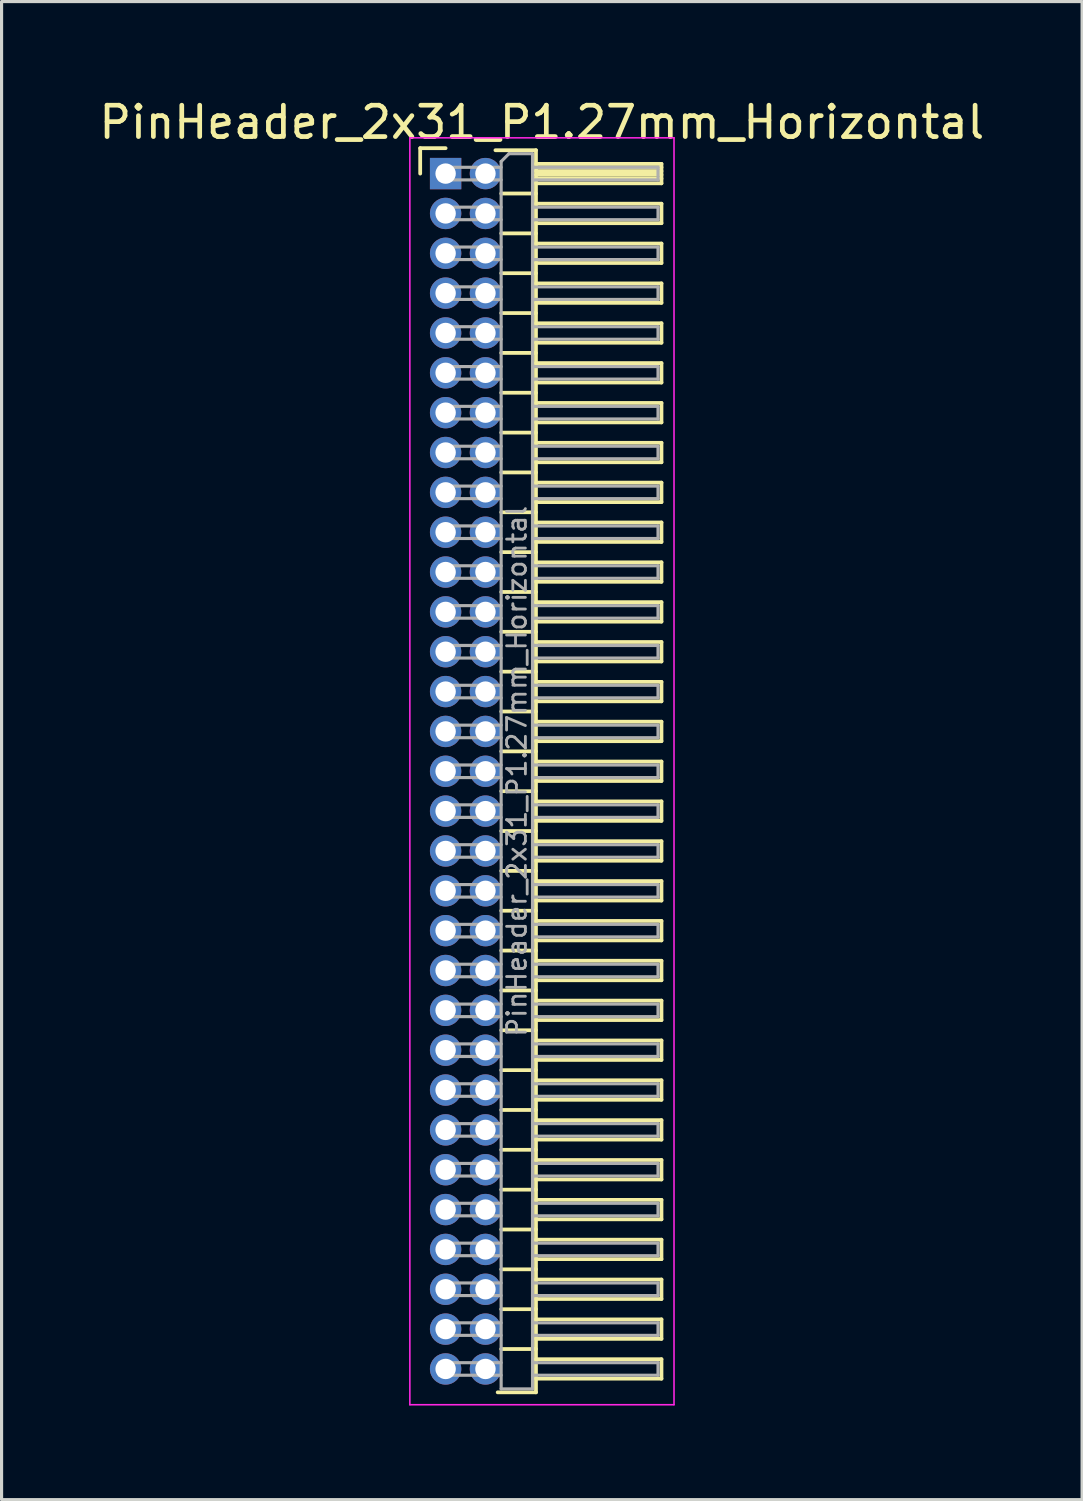
<source format=kicad_pcb>
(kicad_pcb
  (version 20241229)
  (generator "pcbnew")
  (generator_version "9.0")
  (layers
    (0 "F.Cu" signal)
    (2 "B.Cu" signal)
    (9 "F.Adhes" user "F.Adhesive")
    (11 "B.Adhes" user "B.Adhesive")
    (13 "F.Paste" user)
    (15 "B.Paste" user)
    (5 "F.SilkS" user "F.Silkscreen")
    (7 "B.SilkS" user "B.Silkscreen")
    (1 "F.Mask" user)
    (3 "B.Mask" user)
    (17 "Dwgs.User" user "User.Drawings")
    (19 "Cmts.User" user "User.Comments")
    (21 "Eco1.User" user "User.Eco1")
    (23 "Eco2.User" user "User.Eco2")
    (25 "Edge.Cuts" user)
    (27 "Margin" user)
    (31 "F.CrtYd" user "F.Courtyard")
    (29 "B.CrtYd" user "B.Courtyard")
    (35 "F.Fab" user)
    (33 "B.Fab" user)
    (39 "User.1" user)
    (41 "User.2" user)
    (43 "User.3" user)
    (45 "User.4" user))
  (footprint "PinHeader_2x31_P1.27mm_Horizontal"
    (layer "F.Cu")
    (at 11.153 2.483)
    (property "Reference" "PinHeader_2x31_P1.27mm_Horizontal" (at 3.067 -1.635 0) (layer "F.SilkS") (effects (font (size 1 1) (thickness 0.15))))
    (attr through_hole)
    (fp_line (start -0.81 -0.81) (end 0 -0.81) (stroke (width 0.12) (type solid)) (layer "F.SilkS"))
    (fp_line (start -0.81 0) (end -0.81 -0.81) (stroke (width 0.12) (type solid)) (layer "F.SilkS"))
    (fp_line (start 1.588 -0.745) (end 2.88 -0.745) (stroke (width 0.12) (type solid)) (layer "F.SilkS"))
    (fp_line (start 1.773 0.635) (end 2.88 0.635) (stroke (width 0.12) (type solid)) (layer "F.SilkS"))
    (fp_line (start 1.773 1.905) (end 2.88 1.905) (stroke (width 0.12) (type solid)) (layer "F.SilkS"))
    (fp_line (start 1.773 3.175) (end 2.88 3.175) (stroke (width 0.12) (type solid)) (layer "F.SilkS"))
    (fp_line (start 1.773 4.445) (end 2.88 4.445) (stroke (width 0.12) (type solid)) (layer "F.SilkS"))
    (fp_line (start 1.773 5.715) (end 2.88 5.715) (stroke (width 0.12) (type solid)) (layer "F.SilkS"))
    (fp_line (start 1.773 6.985) (end 2.88 6.985) (stroke (width 0.12) (type solid)) (layer "F.SilkS"))
    (fp_line (start 1.773 8.255) (end 2.88 8.255) (stroke (width 0.12) (type solid)) (layer "F.SilkS"))
    (fp_line (start 1.773 9.525) (end 2.88 9.525) (stroke (width 0.12) (type solid)) (layer "F.SilkS"))
    (fp_line (start 1.773 10.795) (end 2.88 10.795) (stroke (width 0.12) (type solid)) (layer "F.SilkS"))
    (fp_line (start 1.773 12.065) (end 2.88 12.065) (stroke (width 0.12) (type solid)) (layer "F.SilkS"))
    (fp_line (start 1.773 13.335) (end 2.88 13.335) (stroke (width 0.12) (type solid)) (layer "F.SilkS"))
    (fp_line (start 1.773 14.605) (end 2.88 14.605) (stroke (width 0.12) (type solid)) (layer "F.SilkS"))
    (fp_line (start 1.773 15.875) (end 2.88 15.875) (stroke (width 0.12) (type solid)) (layer "F.SilkS"))
    (fp_line (start 1.773 17.145) (end 2.88 17.145) (stroke (width 0.12) (type solid)) (layer "F.SilkS"))
    (fp_line (start 1.773 18.415) (end 2.88 18.415) (stroke (width 0.12) (type solid)) (layer "F.SilkS"))
    (fp_line (start 1.773 19.685) (end 2.88 19.685) (stroke (width 0.12) (type solid)) (layer "F.SilkS"))
    (fp_line (start 1.773 20.955) (end 2.88 20.955) (stroke (width 0.12) (type solid)) (layer "F.SilkS"))
    (fp_line (start 1.773 22.225) (end 2.88 22.225) (stroke (width 0.12) (type solid)) (layer "F.SilkS"))
    (fp_line (start 1.773 23.495) (end 2.88 23.495) (stroke (width 0.12) (type solid)) (layer "F.SilkS"))
    (fp_line (start 1.773 24.765) (end 2.88 24.765) (stroke (width 0.12) (type solid)) (layer "F.SilkS"))
    (fp_line (start 1.773 26.035) (end 2.88 26.035) (stroke (width 0.12) (type solid)) (layer "F.SilkS"))
    (fp_line (start 1.773 27.305) (end 2.88 27.305) (stroke (width 0.12) (type solid)) (layer "F.SilkS"))
    (fp_line (start 1.773 28.575) (end 2.88 28.575) (stroke (width 0.12) (type solid)) (layer "F.SilkS"))
    (fp_line (start 1.773 29.845) (end 2.88 29.845) (stroke (width 0.12) (type solid)) (layer "F.SilkS"))
    (fp_line (start 1.773 31.115) (end 2.88 31.115) (stroke (width 0.12) (type solid)) (layer "F.SilkS"))
    (fp_line (start 1.773 32.385) (end 2.88 32.385) (stroke (width 0.12) (type solid)) (layer "F.SilkS"))
    (fp_line (start 1.773 33.655) (end 2.88 33.655) (stroke (width 0.12) (type solid)) (layer "F.SilkS"))
    (fp_line (start 1.773 34.925) (end 2.88 34.925) (stroke (width 0.12) (type solid)) (layer "F.SilkS"))
    (fp_line (start 1.773 36.195) (end 2.88 36.195) (stroke (width 0.12) (type solid)) (layer "F.SilkS"))
    (fp_line (start 1.773 37.465) (end 2.88 37.465) (stroke (width 0.12) (type solid)) (layer "F.SilkS"))
    (fp_line (start 2.88 -0.745) (end 2.88 38.845) (stroke (width 0.12) (type solid)) (layer "F.SilkS"))
    (fp_line (start 2.88 -0.31) (end 6.88 -0.31) (stroke (width 0.12) (type solid)) (layer "F.SilkS"))
    (fp_line (start 2.88 -0.2) (end 6.88 -0.2) (stroke (width 0.12) (type solid)) (layer "F.SilkS"))
    (fp_line (start 2.88 -0.08) (end 6.88 -0.08) (stroke (width 0.12) (type solid)) (layer "F.SilkS"))
    (fp_line (start 2.88 0.04) (end 6.88 0.04) (stroke (width 0.12) (type solid)) (layer "F.SilkS"))
    (fp_line (start 2.88 0.16) (end 6.88 0.16) (stroke (width 0.12) (type solid)) (layer "F.SilkS"))
    (fp_line (start 2.88 0.96) (end 6.88 0.96) (stroke (width 0.12) (type solid)) (layer "F.SilkS"))
    (fp_line (start 2.88 2.23) (end 6.88 2.23) (stroke (width 0.12) (type solid)) (layer "F.SilkS"))
    (fp_line (start 2.88 3.5) (end 6.88 3.5) (stroke (width 0.12) (type solid)) (layer "F.SilkS"))
    (fp_line (start 2.88 4.77) (end 6.88 4.77) (stroke (width 0.12) (type solid)) (layer "F.SilkS"))
    (fp_line (start 2.88 6.04) (end 6.88 6.04) (stroke (width 0.12) (type solid)) (layer "F.SilkS"))
    (fp_line (start 2.88 7.31) (end 6.88 7.31) (stroke (width 0.12) (type solid)) (layer "F.SilkS"))
    (fp_line (start 2.88 8.58) (end 6.88 8.58) (stroke (width 0.12) (type solid)) (layer "F.SilkS"))
    (fp_line (start 2.88 9.85) (end 6.88 9.85) (stroke (width 0.12) (type solid)) (layer "F.SilkS"))
    (fp_line (start 2.88 11.12) (end 6.88 11.12) (stroke (width 0.12) (type solid)) (layer "F.SilkS"))
    (fp_line (start 2.88 12.39) (end 6.88 12.39) (stroke (width 0.12) (type solid)) (layer "F.SilkS"))
    (fp_line (start 2.88 13.66) (end 6.88 13.66) (stroke (width 0.12) (type solid)) (layer "F.SilkS"))
    (fp_line (start 2.88 14.93) (end 6.88 14.93) (stroke (width 0.12) (type solid)) (layer "F.SilkS"))
    (fp_line (start 2.88 16.2) (end 6.88 16.2) (stroke (width 0.12) (type solid)) (layer "F.SilkS"))
    (fp_line (start 2.88 17.47) (end 6.88 17.47) (stroke (width 0.12) (type solid)) (layer "F.SilkS"))
    (fp_line (start 2.88 18.74) (end 6.88 18.74) (stroke (width 0.12) (type solid)) (layer "F.SilkS"))
    (fp_line (start 2.88 20.01) (end 6.88 20.01) (stroke (width 0.12) (type solid)) (layer "F.SilkS"))
    (fp_line (start 2.88 21.28) (end 6.88 21.28) (stroke (width 0.12) (type solid)) (layer "F.SilkS"))
    (fp_line (start 2.88 22.55) (end 6.88 22.55) (stroke (width 0.12) (type solid)) (layer "F.SilkS"))
    (fp_line (start 2.88 23.82) (end 6.88 23.82) (stroke (width 0.12) (type solid)) (layer "F.SilkS"))
    (fp_line (start 2.88 25.09) (end 6.88 25.09) (stroke (width 0.12) (type solid)) (layer "F.SilkS"))
    (fp_line (start 2.88 26.36) (end 6.88 26.36) (stroke (width 0.12) (type solid)) (layer "F.SilkS"))
    (fp_line (start 2.88 27.63) (end 6.88 27.63) (stroke (width 0.12) (type solid)) (layer "F.SilkS"))
    (fp_line (start 2.88 28.9) (end 6.88 28.9) (stroke (width 0.12) (type solid)) (layer "F.SilkS"))
    (fp_line (start 2.88 30.17) (end 6.88 30.17) (stroke (width 0.12) (type solid)) (layer "F.SilkS"))
    (fp_line (start 2.88 31.44) (end 6.88 31.44) (stroke (width 0.12) (type solid)) (layer "F.SilkS"))
    (fp_line (start 2.88 32.71) (end 6.88 32.71) (stroke (width 0.12) (type solid)) (layer "F.SilkS"))
    (fp_line (start 2.88 33.98) (end 6.88 33.98) (stroke (width 0.12) (type solid)) (layer "F.SilkS"))
    (fp_line (start 2.88 35.25) (end 6.88 35.25) (stroke (width 0.12) (type solid)) (layer "F.SilkS"))
    (fp_line (start 2.88 36.52) (end 6.88 36.52) (stroke (width 0.12) (type solid)) (layer "F.SilkS"))
    (fp_line (start 2.88 37.79) (end 6.88 37.79) (stroke (width 0.12) (type solid)) (layer "F.SilkS"))
    (fp_line (start 2.88 38.845) (end 1.66 38.845) (stroke (width 0.12) (type solid)) (layer "F.SilkS"))
    (fp_line (start 6.88 -0.31) (end 6.88 0.31) (stroke (width 0.12) (type solid)) (layer "F.SilkS"))
    (fp_line (start 6.88 0.31) (end 2.88 0.31) (stroke (width 0.12) (type solid)) (layer "F.SilkS"))
    (fp_line (start 6.88 0.96) (end 6.88 1.58) (stroke (width 0.12) (type solid)) (layer "F.SilkS"))
    (fp_line (start 6.88 1.58) (end 2.88 1.58) (stroke (width 0.12) (type solid)) (layer "F.SilkS"))
    (fp_line (start 6.88 2.23) (end 6.88 2.85) (stroke (width 0.12) (type solid)) (layer "F.SilkS"))
    (fp_line (start 6.88 2.85) (end 2.88 2.85) (stroke (width 0.12) (type solid)) (layer "F.SilkS"))
    (fp_line (start 6.88 3.5) (end 6.88 4.12) (stroke (width 0.12) (type solid)) (layer "F.SilkS"))
    (fp_line (start 6.88 4.12) (end 2.88 4.12) (stroke (width 0.12) (type solid)) (layer "F.SilkS"))
    (fp_line (start 6.88 4.77) (end 6.88 5.39) (stroke (width 0.12) (type solid)) (layer "F.SilkS"))
    (fp_line (start 6.88 5.39) (end 2.88 5.39) (stroke (width 0.12) (type solid)) (layer "F.SilkS"))
    (fp_line (start 6.88 6.04) (end 6.88 6.66) (stroke (width 0.12) (type solid)) (layer "F.SilkS"))
    (fp_line (start 6.88 6.66) (end 2.88 6.66) (stroke (width 0.12) (type solid)) (layer "F.SilkS"))
    (fp_line (start 6.88 7.31) (end 6.88 7.93) (stroke (width 0.12) (type solid)) (layer "F.SilkS"))
    (fp_line (start 6.88 7.93) (end 2.88 7.93) (stroke (width 0.12) (type solid)) (layer "F.SilkS"))
    (fp_line (start 6.88 8.58) (end 6.88 9.2) (stroke (width 0.12) (type solid)) (layer "F.SilkS"))
    (fp_line (start 6.88 9.2) (end 2.88 9.2) (stroke (width 0.12) (type solid)) (layer "F.SilkS"))
    (fp_line (start 6.88 9.85) (end 6.88 10.47) (stroke (width 0.12) (type solid)) (layer "F.SilkS"))
    (fp_line (start 6.88 10.47) (end 2.88 10.47) (stroke (width 0.12) (type solid)) (layer "F.SilkS"))
    (fp_line (start 6.88 11.12) (end 6.88 11.74) (stroke (width 0.12) (type solid)) (layer "F.SilkS"))
    (fp_line (start 6.88 11.74) (end 2.88 11.74) (stroke (width 0.12) (type solid)) (layer "F.SilkS"))
    (fp_line (start 6.88 12.39) (end 6.88 13.01) (stroke (width 0.12) (type solid)) (layer "F.SilkS"))
    (fp_line (start 6.88 13.01) (end 2.88 13.01) (stroke (width 0.12) (type solid)) (layer "F.SilkS"))
    (fp_line (start 6.88 13.66) (end 6.88 14.28) (stroke (width 0.12) (type solid)) (layer "F.SilkS"))
    (fp_line (start 6.88 14.28) (end 2.88 14.28) (stroke (width 0.12) (type solid)) (layer "F.SilkS"))
    (fp_line (start 6.88 14.93) (end 6.88 15.55) (stroke (width 0.12) (type solid)) (layer "F.SilkS"))
    (fp_line (start 6.88 15.55) (end 2.88 15.55) (stroke (width 0.12) (type solid)) (layer "F.SilkS"))
    (fp_line (start 6.88 16.2) (end 6.88 16.82) (stroke (width 0.12) (type solid)) (layer "F.SilkS"))
    (fp_line (start 6.88 16.82) (end 2.88 16.82) (stroke (width 0.12) (type solid)) (layer "F.SilkS"))
    (fp_line (start 6.88 17.47) (end 6.88 18.09) (stroke (width 0.12) (type solid)) (layer "F.SilkS"))
    (fp_line (start 6.88 18.09) (end 2.88 18.09) (stroke (width 0.12) (type solid)) (layer "F.SilkS"))
    (fp_line (start 6.88 18.74) (end 6.88 19.36) (stroke (width 0.12) (type solid)) (layer "F.SilkS"))
    (fp_line (start 6.88 19.36) (end 2.88 19.36) (stroke (width 0.12) (type solid)) (layer "F.SilkS"))
    (fp_line (start 6.88 20.01) (end 6.88 20.63) (stroke (width 0.12) (type solid)) (layer "F.SilkS"))
    (fp_line (start 6.88 20.63) (end 2.88 20.63) (stroke (width 0.12) (type solid)) (layer "F.SilkS"))
    (fp_line (start 6.88 21.28) (end 6.88 21.9) (stroke (width 0.12) (type solid)) (layer "F.SilkS"))
    (fp_line (start 6.88 21.9) (end 2.88 21.9) (stroke (width 0.12) (type solid)) (layer "F.SilkS"))
    (fp_line (start 6.88 22.55) (end 6.88 23.17) (stroke (width 0.12) (type solid)) (layer "F.SilkS"))
    (fp_line (start 6.88 23.17) (end 2.88 23.17) (stroke (width 0.12) (type solid)) (layer "F.SilkS"))
    (fp_line (start 6.88 23.82) (end 6.88 24.44) (stroke (width 0.12) (type solid)) (layer "F.SilkS"))
    (fp_line (start 6.88 24.44) (end 2.88 24.44) (stroke (width 0.12) (type solid)) (layer "F.SilkS"))
    (fp_line (start 6.88 25.09) (end 6.88 25.71) (stroke (width 0.12) (type solid)) (layer "F.SilkS"))
    (fp_line (start 6.88 25.71) (end 2.88 25.71) (stroke (width 0.12) (type solid)) (layer "F.SilkS"))
    (fp_line (start 6.88 26.36) (end 6.88 26.98) (stroke (width 0.12) (type solid)) (layer "F.SilkS"))
    (fp_line (start 6.88 26.98) (end 2.88 26.98) (stroke (width 0.12) (type solid)) (layer "F.SilkS"))
    (fp_line (start 6.88 27.63) (end 6.88 28.25) (stroke (width 0.12) (type solid)) (layer "F.SilkS"))
    (fp_line (start 6.88 28.25) (end 2.88 28.25) (stroke (width 0.12) (type solid)) (layer "F.SilkS"))
    (fp_line (start 6.88 28.9) (end 6.88 29.52) (stroke (width 0.12) (type solid)) (layer "F.SilkS"))
    (fp_line (start 6.88 29.52) (end 2.88 29.52) (stroke (width 0.12) (type solid)) (layer "F.SilkS"))
    (fp_line (start 6.88 30.17) (end 6.88 30.79) (stroke (width 0.12) (type solid)) (layer "F.SilkS"))
    (fp_line (start 6.88 30.79) (end 2.88 30.79) (stroke (width 0.12) (type solid)) (layer "F.SilkS"))
    (fp_line (start 6.88 31.44) (end 6.88 32.06) (stroke (width 0.12) (type solid)) (layer "F.SilkS"))
    (fp_line (start 6.88 32.06) (end 2.88 32.06) (stroke (width 0.12) (type solid)) (layer "F.SilkS"))
    (fp_line (start 6.88 32.71) (end 6.88 33.33) (stroke (width 0.12) (type solid)) (layer "F.SilkS"))
    (fp_line (start 6.88 33.33) (end 2.88 33.33) (stroke (width 0.12) (type solid)) (layer "F.SilkS"))
    (fp_line (start 6.88 33.98) (end 6.88 34.6) (stroke (width 0.12) (type solid)) (layer "F.SilkS"))
    (fp_line (start 6.88 34.6) (end 2.88 34.6) (stroke (width 0.12) (type solid)) (layer "F.SilkS"))
    (fp_line (start 6.88 35.25) (end 6.88 35.87) (stroke (width 0.12) (type solid)) (layer "F.SilkS"))
    (fp_line (start 6.88 35.87) (end 2.88 35.87) (stroke (width 0.12) (type solid)) (layer "F.SilkS"))
    (fp_line (start 6.88 36.52) (end 6.88 37.14) (stroke (width 0.12) (type solid)) (layer "F.SilkS"))
    (fp_line (start 6.88 37.14) (end 2.88 37.14) (stroke (width 0.12) (type solid)) (layer "F.SilkS"))
    (fp_line (start 6.88 37.79) (end 6.88 38.41) (stroke (width 0.12) (type solid)) (layer "F.SilkS"))
    (fp_line (start 6.88 38.41) (end 2.88 38.41) (stroke (width 0.12) (type solid)) (layer "F.SilkS"))
    (fp_line (start -1.14 -1.14) (end -1.14 39.24) (stroke (width 0.05) (type solid)) (layer "F.CrtYd"))
    (fp_line (start -1.14 39.24) (end 7.28 39.24) (stroke (width 0.05) (type solid)) (layer "F.CrtYd"))
    (fp_line (start 7.28 -1.14) (end -1.14 -1.14) (stroke (width 0.05) (type solid)) (layer "F.CrtYd"))
    (fp_line (start 7.28 39.24) (end 7.28 -1.14) (stroke (width 0.05) (type solid)) (layer "F.CrtYd"))
    (fp_line (start -0.2 -0.2) (end -0.2 0.2) (stroke (width 0.1) (type solid)) (layer "F.Fab"))
    (fp_line (start -0.2 -0.2) (end 1.77 -0.2) (stroke (width 0.1) (type solid)) (layer "F.Fab"))
    (fp_line (start -0.2 0.2) (end 1.77 0.2) (stroke (width 0.1) (type solid)) (layer "F.Fab"))
    (fp_line (start -0.2 1.07) (end -0.2 1.47) (stroke (width 0.1) (type solid)) (layer "F.Fab"))
    (fp_line (start -0.2 1.07) (end 1.77 1.07) (stroke (width 0.1) (type solid)) (layer "F.Fab"))
    (fp_line (start -0.2 1.47) (end 1.77 1.47) (stroke (width 0.1) (type solid)) (layer "F.Fab"))
    (fp_line (start -0.2 2.34) (end -0.2 2.74) (stroke (width 0.1) (type solid)) (layer "F.Fab"))
    (fp_line (start -0.2 2.34) (end 1.77 2.34) (stroke (width 0.1) (type solid)) (layer "F.Fab"))
    (fp_line (start -0.2 2.74) (end 1.77 2.74) (stroke (width 0.1) (type solid)) (layer "F.Fab"))
    (fp_line (start -0.2 3.61) (end -0.2 4.01) (stroke (width 0.1) (type solid)) (layer "F.Fab"))
    (fp_line (start -0.2 3.61) (end 1.77 3.61) (stroke (width 0.1) (type solid)) (layer "F.Fab"))
    (fp_line (start -0.2 4.01) (end 1.77 4.01) (stroke (width 0.1) (type solid)) (layer "F.Fab"))
    (fp_line (start -0.2 4.88) (end -0.2 5.28) (stroke (width 0.1) (type solid)) (layer "F.Fab"))
    (fp_line (start -0.2 4.88) (end 1.77 4.88) (stroke (width 0.1) (type solid)) (layer "F.Fab"))
    (fp_line (start -0.2 5.28) (end 1.77 5.28) (stroke (width 0.1) (type solid)) (layer "F.Fab"))
    (fp_line (start -0.2 6.15) (end -0.2 6.55) (stroke (width 0.1) (type solid)) (layer "F.Fab"))
    (fp_line (start -0.2 6.15) (end 1.77 6.15) (stroke (width 0.1) (type solid)) (layer "F.Fab"))
    (fp_line (start -0.2 6.55) (end 1.77 6.55) (stroke (width 0.1) (type solid)) (layer "F.Fab"))
    (fp_line (start -0.2 7.42) (end -0.2 7.82) (stroke (width 0.1) (type solid)) (layer "F.Fab"))
    (fp_line (start -0.2 7.42) (end 1.77 7.42) (stroke (width 0.1) (type solid)) (layer "F.Fab"))
    (fp_line (start -0.2 7.82) (end 1.77 7.82) (stroke (width 0.1) (type solid)) (layer "F.Fab"))
    (fp_line (start -0.2 8.69) (end -0.2 9.09) (stroke (width 0.1) (type solid)) (layer "F.Fab"))
    (fp_line (start -0.2 8.69) (end 1.77 8.69) (stroke (width 0.1) (type solid)) (layer "F.Fab"))
    (fp_line (start -0.2 9.09) (end 1.77 9.09) (stroke (width 0.1) (type solid)) (layer "F.Fab"))
    (fp_line (start -0.2 9.96) (end -0.2 10.36) (stroke (width 0.1) (type solid)) (layer "F.Fab"))
    (fp_line (start -0.2 9.96) (end 1.77 9.96) (stroke (width 0.1) (type solid)) (layer "F.Fab"))
    (fp_line (start -0.2 10.36) (end 1.77 10.36) (stroke (width 0.1) (type solid)) (layer "F.Fab"))
    (fp_line (start -0.2 11.23) (end -0.2 11.63) (stroke (width 0.1) (type solid)) (layer "F.Fab"))
    (fp_line (start -0.2 11.23) (end 1.77 11.23) (stroke (width 0.1) (type solid)) (layer "F.Fab"))
    (fp_line (start -0.2 11.63) (end 1.77 11.63) (stroke (width 0.1) (type solid)) (layer "F.Fab"))
    (fp_line (start -0.2 12.5) (end -0.2 12.9) (stroke (width 0.1) (type solid)) (layer "F.Fab"))
    (fp_line (start -0.2 12.5) (end 1.77 12.5) (stroke (width 0.1) (type solid)) (layer "F.Fab"))
    (fp_line (start -0.2 12.9) (end 1.77 12.9) (stroke (width 0.1) (type solid)) (layer "F.Fab"))
    (fp_line (start -0.2 13.77) (end -0.2 14.17) (stroke (width 0.1) (type solid)) (layer "F.Fab"))
    (fp_line (start -0.2 13.77) (end 1.77 13.77) (stroke (width 0.1) (type solid)) (layer "F.Fab"))
    (fp_line (start -0.2 14.17) (end 1.77 14.17) (stroke (width 0.1) (type solid)) (layer "F.Fab"))
    (fp_line (start -0.2 15.04) (end -0.2 15.44) (stroke (width 0.1) (type solid)) (layer "F.Fab"))
    (fp_line (start -0.2 15.04) (end 1.77 15.04) (stroke (width 0.1) (type solid)) (layer "F.Fab"))
    (fp_line (start -0.2 15.44) (end 1.77 15.44) (stroke (width 0.1) (type solid)) (layer "F.Fab"))
    (fp_line (start -0.2 16.31) (end -0.2 16.71) (stroke (width 0.1) (type solid)) (layer "F.Fab"))
    (fp_line (start -0.2 16.31) (end 1.77 16.31) (stroke (width 0.1) (type solid)) (layer "F.Fab"))
    (fp_line (start -0.2 16.71) (end 1.77 16.71) (stroke (width 0.1) (type solid)) (layer "F.Fab"))
    (fp_line (start -0.2 17.58) (end -0.2 17.98) (stroke (width 0.1) (type solid)) (layer "F.Fab"))
    (fp_line (start -0.2 17.58) (end 1.77 17.58) (stroke (width 0.1) (type solid)) (layer "F.Fab"))
    (fp_line (start -0.2 17.98) (end 1.77 17.98) (stroke (width 0.1) (type solid)) (layer "F.Fab"))
    (fp_line (start -0.2 18.85) (end -0.2 19.25) (stroke (width 0.1) (type solid)) (layer "F.Fab"))
    (fp_line (start -0.2 18.85) (end 1.77 18.85) (stroke (width 0.1) (type solid)) (layer "F.Fab"))
    (fp_line (start -0.2 19.25) (end 1.77 19.25) (stroke (width 0.1) (type solid)) (layer "F.Fab"))
    (fp_line (start -0.2 20.12) (end -0.2 20.52) (stroke (width 0.1) (type solid)) (layer "F.Fab"))
    (fp_line (start -0.2 20.12) (end 1.77 20.12) (stroke (width 0.1) (type solid)) (layer "F.Fab"))
    (fp_line (start -0.2 20.52) (end 1.77 20.52) (stroke (width 0.1) (type solid)) (layer "F.Fab"))
    (fp_line (start -0.2 21.39) (end -0.2 21.79) (stroke (width 0.1) (type solid)) (layer "F.Fab"))
    (fp_line (start -0.2 21.39) (end 1.77 21.39) (stroke (width 0.1) (type solid)) (layer "F.Fab"))
    (fp_line (start -0.2 21.79) (end 1.77 21.79) (stroke (width 0.1) (type solid)) (layer "F.Fab"))
    (fp_line (start -0.2 22.66) (end -0.2 23.06) (stroke (width 0.1) (type solid)) (layer "F.Fab"))
    (fp_line (start -0.2 22.66) (end 1.77 22.66) (stroke (width 0.1) (type solid)) (layer "F.Fab"))
    (fp_line (start -0.2 23.06) (end 1.77 23.06) (stroke (width 0.1) (type solid)) (layer "F.Fab"))
    (fp_line (start -0.2 23.93) (end -0.2 24.33) (stroke (width 0.1) (type solid)) (layer "F.Fab"))
    (fp_line (start -0.2 23.93) (end 1.77 23.93) (stroke (width 0.1) (type solid)) (layer "F.Fab"))
    (fp_line (start -0.2 24.33) (end 1.77 24.33) (stroke (width 0.1) (type solid)) (layer "F.Fab"))
    (fp_line (start -0.2 25.2) (end -0.2 25.6) (stroke (width 0.1) (type solid)) (layer "F.Fab"))
    (fp_line (start -0.2 25.2) (end 1.77 25.2) (stroke (width 0.1) (type solid)) (layer "F.Fab"))
    (fp_line (start -0.2 25.6) (end 1.77 25.6) (stroke (width 0.1) (type solid)) (layer "F.Fab"))
    (fp_line (start -0.2 26.47) (end -0.2 26.87) (stroke (width 0.1) (type solid)) (layer "F.Fab"))
    (fp_line (start -0.2 26.47) (end 1.77 26.47) (stroke (width 0.1) (type solid)) (layer "F.Fab"))
    (fp_line (start -0.2 26.87) (end 1.77 26.87) (stroke (width 0.1) (type solid)) (layer "F.Fab"))
    (fp_line (start -0.2 27.74) (end -0.2 28.14) (stroke (width 0.1) (type solid)) (layer "F.Fab"))
    (fp_line (start -0.2 27.74) (end 1.77 27.74) (stroke (width 0.1) (type solid)) (layer "F.Fab"))
    (fp_line (start -0.2 28.14) (end 1.77 28.14) (stroke (width 0.1) (type solid)) (layer "F.Fab"))
    (fp_line (start -0.2 29.01) (end -0.2 29.41) (stroke (width 0.1) (type solid)) (layer "F.Fab"))
    (fp_line (start -0.2 29.01) (end 1.77 29.01) (stroke (width 0.1) (type solid)) (layer "F.Fab"))
    (fp_line (start -0.2 29.41) (end 1.77 29.41) (stroke (width 0.1) (type solid)) (layer "F.Fab"))
    (fp_line (start -0.2 30.28) (end -0.2 30.68) (stroke (width 0.1) (type solid)) (layer "F.Fab"))
    (fp_line (start -0.2 30.28) (end 1.77 30.28) (stroke (width 0.1) (type solid)) (layer "F.Fab"))
    (fp_line (start -0.2 30.68) (end 1.77 30.68) (stroke (width 0.1) (type solid)) (layer "F.Fab"))
    (fp_line (start -0.2 31.55) (end -0.2 31.95) (stroke (width 0.1) (type solid)) (layer "F.Fab"))
    (fp_line (start -0.2 31.55) (end 1.77 31.55) (stroke (width 0.1) (type solid)) (layer "F.Fab"))
    (fp_line (start -0.2 31.95) (end 1.77 31.95) (stroke (width 0.1) (type solid)) (layer "F.Fab"))
    (fp_line (start -0.2 32.82) (end -0.2 33.22) (stroke (width 0.1) (type solid)) (layer "F.Fab"))
    (fp_line (start -0.2 32.82) (end 1.77 32.82) (stroke (width 0.1) (type solid)) (layer "F.Fab"))
    (fp_line (start -0.2 33.22) (end 1.77 33.22) (stroke (width 0.1) (type solid)) (layer "F.Fab"))
    (fp_line (start -0.2 34.09) (end -0.2 34.49) (stroke (width 0.1) (type solid)) (layer "F.Fab"))
    (fp_line (start -0.2 34.09) (end 1.77 34.09) (stroke (width 0.1) (type solid)) (layer "F.Fab"))
    (fp_line (start -0.2 34.49) (end 1.77 34.49) (stroke (width 0.1) (type solid)) (layer "F.Fab"))
    (fp_line (start -0.2 35.36) (end -0.2 35.76) (stroke (width 0.1) (type solid)) (layer "F.Fab"))
    (fp_line (start -0.2 35.36) (end 1.77 35.36) (stroke (width 0.1) (type solid)) (layer "F.Fab"))
    (fp_line (start -0.2 35.76) (end 1.77 35.76) (stroke (width 0.1) (type solid)) (layer "F.Fab"))
    (fp_line (start -0.2 36.63) (end -0.2 37.03) (stroke (width 0.1) (type solid)) (layer "F.Fab"))
    (fp_line (start -0.2 36.63) (end 1.77 36.63) (stroke (width 0.1) (type solid)) (layer "F.Fab"))
    (fp_line (start -0.2 37.03) (end 1.77 37.03) (stroke (width 0.1) (type solid)) (layer "F.Fab"))
    (fp_line (start -0.2 37.9) (end -0.2 38.3) (stroke (width 0.1) (type solid)) (layer "F.Fab"))
    (fp_line (start -0.2 37.9) (end 1.77 37.9) (stroke (width 0.1) (type solid)) (layer "F.Fab"))
    (fp_line (start -0.2 38.3) (end 1.77 38.3) (stroke (width 0.1) (type solid)) (layer "F.Fab"))
    (fp_line (start 1.77 -0.385) (end 2.02 -0.635) (stroke (width 0.1) (type solid)) (layer "F.Fab"))
    (fp_line (start 1.77 38.735) (end 1.77 -0.385) (stroke (width 0.1) (type solid)) (layer "F.Fab"))
    (fp_line (start 2.02 -0.635) (end 2.77 -0.635) (stroke (width 0.1) (type solid)) (layer "F.Fab"))
    (fp_line (start 2.77 -0.635) (end 2.77 38.735) (stroke (width 0.1) (type solid)) (layer "F.Fab"))
    (fp_line (start 2.77 -0.2) (end 6.77 -0.2) (stroke (width 0.1) (type solid)) (layer "F.Fab"))
    (fp_line (start 2.77 0.2) (end 6.77 0.2) (stroke (width 0.1) (type solid)) (layer "F.Fab"))
    (fp_line (start 2.77 1.07) (end 6.77 1.07) (stroke (width 0.1) (type solid)) (layer "F.Fab"))
    (fp_line (start 2.77 1.47) (end 6.77 1.47) (stroke (width 0.1) (type solid)) (layer "F.Fab"))
    (fp_line (start 2.77 2.34) (end 6.77 2.34) (stroke (width 0.1) (type solid)) (layer "F.Fab"))
    (fp_line (start 2.77 2.74) (end 6.77 2.74) (stroke (width 0.1) (type solid)) (layer "F.Fab"))
    (fp_line (start 2.77 3.61) (end 6.77 3.61) (stroke (width 0.1) (type solid)) (layer "F.Fab"))
    (fp_line (start 2.77 4.01) (end 6.77 4.01) (stroke (width 0.1) (type solid)) (layer "F.Fab"))
    (fp_line (start 2.77 4.88) (end 6.77 4.88) (stroke (width 0.1) (type solid)) (layer "F.Fab"))
    (fp_line (start 2.77 5.28) (end 6.77 5.28) (stroke (width 0.1) (type solid)) (layer "F.Fab"))
    (fp_line (start 2.77 6.15) (end 6.77 6.15) (stroke (width 0.1) (type solid)) (layer "F.Fab"))
    (fp_line (start 2.77 6.55) (end 6.77 6.55) (stroke (width 0.1) (type solid)) (layer "F.Fab"))
    (fp_line (start 2.77 7.42) (end 6.77 7.42) (stroke (width 0.1) (type solid)) (layer "F.Fab"))
    (fp_line (start 2.77 7.82) (end 6.77 7.82) (stroke (width 0.1) (type solid)) (layer "F.Fab"))
    (fp_line (start 2.77 8.69) (end 6.77 8.69) (stroke (width 0.1) (type solid)) (layer "F.Fab"))
    (fp_line (start 2.77 9.09) (end 6.77 9.09) (stroke (width 0.1) (type solid)) (layer "F.Fab"))
    (fp_line (start 2.77 9.96) (end 6.77 9.96) (stroke (width 0.1) (type solid)) (layer "F.Fab"))
    (fp_line (start 2.77 10.36) (end 6.77 10.36) (stroke (width 0.1) (type solid)) (layer "F.Fab"))
    (fp_line (start 2.77 11.23) (end 6.77 11.23) (stroke (width 0.1) (type solid)) (layer "F.Fab"))
    (fp_line (start 2.77 11.63) (end 6.77 11.63) (stroke (width 0.1) (type solid)) (layer "F.Fab"))
    (fp_line (start 2.77 12.5) (end 6.77 12.5) (stroke (width 0.1) (type solid)) (layer "F.Fab"))
    (fp_line (start 2.77 12.9) (end 6.77 12.9) (stroke (width 0.1) (type solid)) (layer "F.Fab"))
    (fp_line (start 2.77 13.77) (end 6.77 13.77) (stroke (width 0.1) (type solid)) (layer "F.Fab"))
    (fp_line (start 2.77 14.17) (end 6.77 14.17) (stroke (width 0.1) (type solid)) (layer "F.Fab"))
    (fp_line (start 2.77 15.04) (end 6.77 15.04) (stroke (width 0.1) (type solid)) (layer "F.Fab"))
    (fp_line (start 2.77 15.44) (end 6.77 15.44) (stroke (width 0.1) (type solid)) (layer "F.Fab"))
    (fp_line (start 2.77 16.31) (end 6.77 16.31) (stroke (width 0.1) (type solid)) (layer "F.Fab"))
    (fp_line (start 2.77 16.71) (end 6.77 16.71) (stroke (width 0.1) (type solid)) (layer "F.Fab"))
    (fp_line (start 2.77 17.58) (end 6.77 17.58) (stroke (width 0.1) (type solid)) (layer "F.Fab"))
    (fp_line (start 2.77 17.98) (end 6.77 17.98) (stroke (width 0.1) (type solid)) (layer "F.Fab"))
    (fp_line (start 2.77 18.85) (end 6.77 18.85) (stroke (width 0.1) (type solid)) (layer "F.Fab"))
    (fp_line (start 2.77 19.25) (end 6.77 19.25) (stroke (width 0.1) (type solid)) (layer "F.Fab"))
    (fp_line (start 2.77 20.12) (end 6.77 20.12) (stroke (width 0.1) (type solid)) (layer "F.Fab"))
    (fp_line (start 2.77 20.52) (end 6.77 20.52) (stroke (width 0.1) (type solid)) (layer "F.Fab"))
    (fp_line (start 2.77 21.39) (end 6.77 21.39) (stroke (width 0.1) (type solid)) (layer "F.Fab"))
    (fp_line (start 2.77 21.79) (end 6.77 21.79) (stroke (width 0.1) (type solid)) (layer "F.Fab"))
    (fp_line (start 2.77 22.66) (end 6.77 22.66) (stroke (width 0.1) (type solid)) (layer "F.Fab"))
    (fp_line (start 2.77 23.06) (end 6.77 23.06) (stroke (width 0.1) (type solid)) (layer "F.Fab"))
    (fp_line (start 2.77 23.93) (end 6.77 23.93) (stroke (width 0.1) (type solid)) (layer "F.Fab"))
    (fp_line (start 2.77 24.33) (end 6.77 24.33) (stroke (width 0.1) (type solid)) (layer "F.Fab"))
    (fp_line (start 2.77 25.2) (end 6.77 25.2) (stroke (width 0.1) (type solid)) (layer "F.Fab"))
    (fp_line (start 2.77 25.6) (end 6.77 25.6) (stroke (width 0.1) (type solid)) (layer "F.Fab"))
    (fp_line (start 2.77 26.47) (end 6.77 26.47) (stroke (width 0.1) (type solid)) (layer "F.Fab"))
    (fp_line (start 2.77 26.87) (end 6.77 26.87) (stroke (width 0.1) (type solid)) (layer "F.Fab"))
    (fp_line (start 2.77 27.74) (end 6.77 27.74) (stroke (width 0.1) (type solid)) (layer "F.Fab"))
    (fp_line (start 2.77 28.14) (end 6.77 28.14) (stroke (width 0.1) (type solid)) (layer "F.Fab"))
    (fp_line (start 2.77 29.01) (end 6.77 29.01) (stroke (width 0.1) (type solid)) (layer "F.Fab"))
    (fp_line (start 2.77 29.41) (end 6.77 29.41) (stroke (width 0.1) (type solid)) (layer "F.Fab"))
    (fp_line (start 2.77 30.28) (end 6.77 30.28) (stroke (width 0.1) (type solid)) (layer "F.Fab"))
    (fp_line (start 2.77 30.68) (end 6.77 30.68) (stroke (width 0.1) (type solid)) (layer "F.Fab"))
    (fp_line (start 2.77 31.55) (end 6.77 31.55) (stroke (width 0.1) (type solid)) (layer "F.Fab"))
    (fp_line (start 2.77 31.95) (end 6.77 31.95) (stroke (width 0.1) (type solid)) (layer "F.Fab"))
    (fp_line (start 2.77 32.82) (end 6.77 32.82) (stroke (width 0.1) (type solid)) (layer "F.Fab"))
    (fp_line (start 2.77 33.22) (end 6.77 33.22) (stroke (width 0.1) (type solid)) (layer "F.Fab"))
    (fp_line (start 2.77 34.09) (end 6.77 34.09) (stroke (width 0.1) (type solid)) (layer "F.Fab"))
    (fp_line (start 2.77 34.49) (end 6.77 34.49) (stroke (width 0.1) (type solid)) (layer "F.Fab"))
    (fp_line (start 2.77 35.36) (end 6.77 35.36) (stroke (width 0.1) (type solid)) (layer "F.Fab"))
    (fp_line (start 2.77 35.76) (end 6.77 35.76) (stroke (width 0.1) (type solid)) (layer "F.Fab"))
    (fp_line (start 2.77 36.63) (end 6.77 36.63) (stroke (width 0.1) (type solid)) (layer "F.Fab"))
    (fp_line (start 2.77 37.03) (end 6.77 37.03) (stroke (width 0.1) (type solid)) (layer "F.Fab"))
    (fp_line (start 2.77 37.9) (end 6.77 37.9) (stroke (width 0.1) (type solid)) (layer "F.Fab"))
    (fp_line (start 2.77 38.3) (end 6.77 38.3) (stroke (width 0.1) (type solid)) (layer "F.Fab"))
    (fp_line (start 2.77 38.735) (end 1.77 38.735) (stroke (width 0.1) (type solid)) (layer "F.Fab"))
    (fp_line (start 6.77 -0.2) (end 6.77 0.2) (stroke (width 0.1) (type solid)) (layer "F.Fab"))
    (fp_line (start 6.77 1.07) (end 6.77 1.47) (stroke (width 0.1) (type solid)) (layer "F.Fab"))
    (fp_line (start 6.77 2.34) (end 6.77 2.74) (stroke (width 0.1) (type solid)) (layer "F.Fab"))
    (fp_line (start 6.77 3.61) (end 6.77 4.01) (stroke (width 0.1) (type solid)) (layer "F.Fab"))
    (fp_line (start 6.77 4.88) (end 6.77 5.28) (stroke (width 0.1) (type solid)) (layer "F.Fab"))
    (fp_line (start 6.77 6.15) (end 6.77 6.55) (stroke (width 0.1) (type solid)) (layer "F.Fab"))
    (fp_line (start 6.77 7.42) (end 6.77 7.82) (stroke (width 0.1) (type solid)) (layer "F.Fab"))
    (fp_line (start 6.77 8.69) (end 6.77 9.09) (stroke (width 0.1) (type solid)) (layer "F.Fab"))
    (fp_line (start 6.77 9.96) (end 6.77 10.36) (stroke (width 0.1) (type solid)) (layer "F.Fab"))
    (fp_line (start 6.77 11.23) (end 6.77 11.63) (stroke (width 0.1) (type solid)) (layer "F.Fab"))
    (fp_line (start 6.77 12.5) (end 6.77 12.9) (stroke (width 0.1) (type solid)) (layer "F.Fab"))
    (fp_line (start 6.77 13.77) (end 6.77 14.17) (stroke (width 0.1) (type solid)) (layer "F.Fab"))
    (fp_line (start 6.77 15.04) (end 6.77 15.44) (stroke (width 0.1) (type solid)) (layer "F.Fab"))
    (fp_line (start 6.77 16.31) (end 6.77 16.71) (stroke (width 0.1) (type solid)) (layer "F.Fab"))
    (fp_line (start 6.77 17.58) (end 6.77 17.98) (stroke (width 0.1) (type solid)) (layer "F.Fab"))
    (fp_line (start 6.77 18.85) (end 6.77 19.25) (stroke (width 0.1) (type solid)) (layer "F.Fab"))
    (fp_line (start 6.77 20.12) (end 6.77 20.52) (stroke (width 0.1) (type solid)) (layer "F.Fab"))
    (fp_line (start 6.77 21.39) (end 6.77 21.79) (stroke (width 0.1) (type solid)) (layer "F.Fab"))
    (fp_line (start 6.77 22.66) (end 6.77 23.06) (stroke (width 0.1) (type solid)) (layer "F.Fab"))
    (fp_line (start 6.77 23.93) (end 6.77 24.33) (stroke (width 0.1) (type solid)) (layer "F.Fab"))
    (fp_line (start 6.77 25.2) (end 6.77 25.6) (stroke (width 0.1) (type solid)) (layer "F.Fab"))
    (fp_line (start 6.77 26.47) (end 6.77 26.87) (stroke (width 0.1) (type solid)) (layer "F.Fab"))
    (fp_line (start 6.77 27.74) (end 6.77 28.14) (stroke (width 0.1) (type solid)) (layer "F.Fab"))
    (fp_line (start 6.77 29.01) (end 6.77 29.41) (stroke (width 0.1) (type solid)) (layer "F.Fab"))
    (fp_line (start 6.77 30.28) (end 6.77 30.68) (stroke (width 0.1) (type solid)) (layer "F.Fab"))
    (fp_line (start 6.77 31.55) (end 6.77 31.95) (stroke (width 0.1) (type solid)) (layer "F.Fab"))
    (fp_line (start 6.77 32.82) (end 6.77 33.22) (stroke (width 0.1) (type solid)) (layer "F.Fab"))
    (fp_line (start 6.77 34.09) (end 6.77 34.49) (stroke (width 0.1) (type solid)) (layer "F.Fab"))
    (fp_line (start 6.77 35.36) (end 6.77 35.76) (stroke (width 0.1) (type solid)) (layer "F.Fab"))
    (fp_line (start 6.77 36.63) (end 6.77 37.03) (stroke (width 0.1) (type solid)) (layer "F.Fab"))
    (fp_line (start 6.77 37.9) (end 6.77 38.3) (stroke (width 0.1) (type solid)) (layer "F.Fab"))
    (fp_text user "${REFERENCE}" (at 2.27 19.05 90) (layer "F.Fab") (effects (font (size 0.6 0.6) (thickness 0.09))))
    (pad "1" thru_hole rect (at 0 0) (size 1 1) (drill 0.65) (layers "*.Cu" "*.Mask"))
    (pad "2" thru_hole circle (at 1.27 0) (size 1 1) (drill 0.65) (layers "*.Cu" "*.Mask"))
    (pad "3" thru_hole circle (at 0 1.27) (size 1 1) (drill 0.65) (layers "*.Cu" "*.Mask"))
    (pad "4" thru_hole circle (at 1.27 1.27) (size 1 1) (drill 0.65) (layers "*.Cu" "*.Mask"))
    (pad "5" thru_hole circle (at 0 2.54) (size 1 1) (drill 0.65) (layers "*.Cu" "*.Mask"))
    (pad "6" thru_hole circle (at 1.27 2.54) (size 1 1) (drill 0.65) (layers "*.Cu" "*.Mask"))
    (pad "7" thru_hole circle (at 0 3.81) (size 1 1) (drill 0.65) (layers "*.Cu" "*.Mask"))
    (pad "8" thru_hole circle (at 1.27 3.81) (size 1 1) (drill 0.65) (layers "*.Cu" "*.Mask"))
    (pad "9" thru_hole circle (at 0 5.08) (size 1 1) (drill 0.65) (layers "*.Cu" "*.Mask"))
    (pad "10" thru_hole circle (at 1.27 5.08) (size 1 1) (drill 0.65) (layers "*.Cu" "*.Mask"))
    (pad "11" thru_hole circle (at 0 6.35) (size 1 1) (drill 0.65) (layers "*.Cu" "*.Mask"))
    (pad "12" thru_hole circle (at 1.27 6.35) (size 1 1) (drill 0.65) (layers "*.Cu" "*.Mask"))
    (pad "13" thru_hole circle (at 0 7.62) (size 1 1) (drill 0.65) (layers "*.Cu" "*.Mask"))
    (pad "14" thru_hole circle (at 1.27 7.62) (size 1 1) (drill 0.65) (layers "*.Cu" "*.Mask"))
    (pad "15" thru_hole circle (at 0 8.89) (size 1 1) (drill 0.65) (layers "*.Cu" "*.Mask"))
    (pad "16" thru_hole circle (at 1.27 8.89) (size 1 1) (drill 0.65) (layers "*.Cu" "*.Mask"))
    (pad "17" thru_hole circle (at 0 10.16) (size 1 1) (drill 0.65) (layers "*.Cu" "*.Mask"))
    (pad "18" thru_hole circle (at 1.27 10.16) (size 1 1) (drill 0.65) (layers "*.Cu" "*.Mask"))
    (pad "19" thru_hole circle (at 0 11.43) (size 1 1) (drill 0.65) (layers "*.Cu" "*.Mask"))
    (pad "20" thru_hole circle (at 1.27 11.43) (size 1 1) (drill 0.65) (layers "*.Cu" "*.Mask"))
    (pad "21" thru_hole circle (at 0 12.7) (size 1 1) (drill 0.65) (layers "*.Cu" "*.Mask"))
    (pad "22" thru_hole circle (at 1.27 12.7) (size 1 1) (drill 0.65) (layers "*.Cu" "*.Mask"))
    (pad "23" thru_hole circle (at 0 13.97) (size 1 1) (drill 0.65) (layers "*.Cu" "*.Mask"))
    (pad "24" thru_hole circle (at 1.27 13.97) (size 1 1) (drill 0.65) (layers "*.Cu" "*.Mask"))
    (pad "25" thru_hole circle (at 0 15.24) (size 1 1) (drill 0.65) (layers "*.Cu" "*.Mask"))
    (pad "26" thru_hole circle (at 1.27 15.24) (size 1 1) (drill 0.65) (layers "*.Cu" "*.Mask"))
    (pad "27" thru_hole circle (at 0 16.51) (size 1 1) (drill 0.65) (layers "*.Cu" "*.Mask"))
    (pad "28" thru_hole circle (at 1.27 16.51) (size 1 1) (drill 0.65) (layers "*.Cu" "*.Mask"))
    (pad "29" thru_hole circle (at 0 17.78) (size 1 1) (drill 0.65) (layers "*.Cu" "*.Mask"))
    (pad "30" thru_hole circle (at 1.27 17.78) (size 1 1) (drill 0.65) (layers "*.Cu" "*.Mask"))
    (pad "31" thru_hole circle (at 0 19.05) (size 1 1) (drill 0.65) (layers "*.Cu" "*.Mask"))
    (pad "32" thru_hole circle (at 1.27 19.05) (size 1 1) (drill 0.65) (layers "*.Cu" "*.Mask"))
    (pad "33" thru_hole circle (at 0 20.32) (size 1 1) (drill 0.65) (layers "*.Cu" "*.Mask"))
    (pad "34" thru_hole circle (at 1.27 20.32) (size 1 1) (drill 0.65) (layers "*.Cu" "*.Mask"))
    (pad "35" thru_hole circle (at 0 21.59) (size 1 1) (drill 0.65) (layers "*.Cu" "*.Mask"))
    (pad "36" thru_hole circle (at 1.27 21.59) (size 1 1) (drill 0.65) (layers "*.Cu" "*.Mask"))
    (pad "37" thru_hole circle (at 0 22.86) (size 1 1) (drill 0.65) (layers "*.Cu" "*.Mask"))
    (pad "38" thru_hole circle (at 1.27 22.86) (size 1 1) (drill 0.65) (layers "*.Cu" "*.Mask"))
    (pad "39" thru_hole circle (at 0 24.13) (size 1 1) (drill 0.65) (layers "*.Cu" "*.Mask"))
    (pad "40" thru_hole circle (at 1.27 24.13) (size 1 1) (drill 0.65) (layers "*.Cu" "*.Mask"))
    (pad "41" thru_hole circle (at 0 25.4) (size 1 1) (drill 0.65) (layers "*.Cu" "*.Mask"))
    (pad "42" thru_hole circle (at 1.27 25.4) (size 1 1) (drill 0.65) (layers "*.Cu" "*.Mask"))
    (pad "43" thru_hole circle (at 0 26.67) (size 1 1) (drill 0.65) (layers "*.Cu" "*.Mask"))
    (pad "44" thru_hole circle (at 1.27 26.67) (size 1 1) (drill 0.65) (layers "*.Cu" "*.Mask"))
    (pad "45" thru_hole circle (at 0 27.94) (size 1 1) (drill 0.65) (layers "*.Cu" "*.Mask"))
    (pad "46" thru_hole circle (at 1.27 27.94) (size 1 1) (drill 0.65) (layers "*.Cu" "*.Mask"))
    (pad "47" thru_hole circle (at 0 29.21) (size 1 1) (drill 0.65) (layers "*.Cu" "*.Mask"))
    (pad "48" thru_hole circle (at 1.27 29.21) (size 1 1) (drill 0.65) (layers "*.Cu" "*.Mask"))
    (pad "49" thru_hole circle (at 0 30.48) (size 1 1) (drill 0.65) (layers "*.Cu" "*.Mask"))
    (pad "50" thru_hole circle (at 1.27 30.48) (size 1 1) (drill 0.65) (layers "*.Cu" "*.Mask"))
    (pad "51" thru_hole circle (at 0 31.75) (size 1 1) (drill 0.65) (layers "*.Cu" "*.Mask"))
    (pad "52" thru_hole circle (at 1.27 31.75) (size 1 1) (drill 0.65) (layers "*.Cu" "*.Mask"))
    (pad "53" thru_hole circle (at 0 33.02) (size 1 1) (drill 0.65) (layers "*.Cu" "*.Mask"))
    (pad "54" thru_hole circle (at 1.27 33.02) (size 1 1) (drill 0.65) (layers "*.Cu" "*.Mask"))
    (pad "55" thru_hole circle (at 0 34.29) (size 1 1) (drill 0.65) (layers "*.Cu" "*.Mask"))
    (pad "56" thru_hole circle (at 1.27 34.29) (size 1 1) (drill 0.65) (layers "*.Cu" "*.Mask"))
    (pad "57" thru_hole circle (at 0 35.56) (size 1 1) (drill 0.65) (layers "*.Cu" "*.Mask"))
    (pad "58" thru_hole circle (at 1.27 35.56) (size 1 1) (drill 0.65) (layers "*.Cu" "*.Mask"))
    (pad "59" thru_hole circle (at 0 36.83) (size 1 1) (drill 0.65) (layers "*.Cu" "*.Mask"))
    (pad "60" thru_hole circle (at 1.27 36.83) (size 1 1) (drill 0.65) (layers "*.Cu" "*.Mask"))
    (pad "61" thru_hole circle (at 0 38.1) (size 1 1) (drill 0.65) (layers "*.Cu" "*.Mask"))
    (pad "62" thru_hole circle (at 1.27 38.1) (size 1 1) (drill 0.65) (layers "*.Cu" "*.Mask")))
  (gr_rect
    (start -3 -3)
    (end 31.44 44.748)
    (stroke (width 0.1) (type default))
    (fill no)
    (layer "Edge.Cuts")))
</source>
